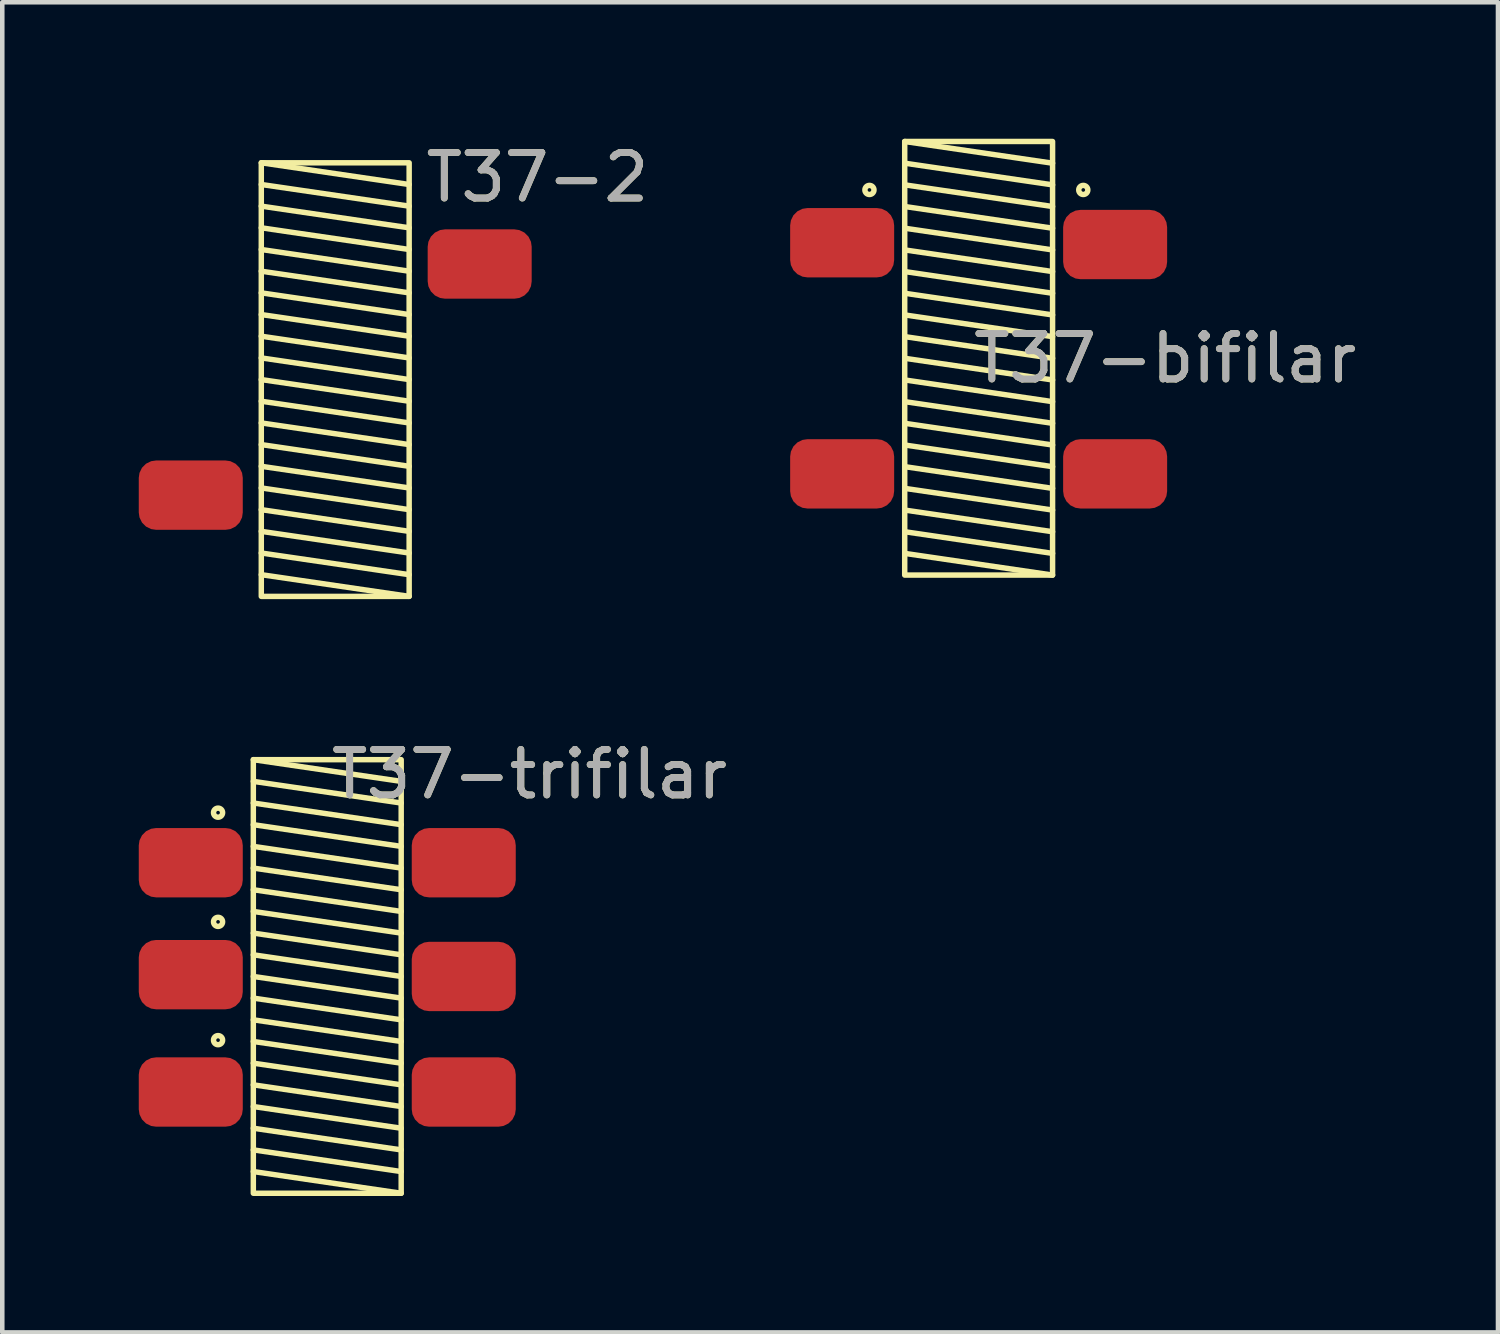
<source format=kicad_pcb>
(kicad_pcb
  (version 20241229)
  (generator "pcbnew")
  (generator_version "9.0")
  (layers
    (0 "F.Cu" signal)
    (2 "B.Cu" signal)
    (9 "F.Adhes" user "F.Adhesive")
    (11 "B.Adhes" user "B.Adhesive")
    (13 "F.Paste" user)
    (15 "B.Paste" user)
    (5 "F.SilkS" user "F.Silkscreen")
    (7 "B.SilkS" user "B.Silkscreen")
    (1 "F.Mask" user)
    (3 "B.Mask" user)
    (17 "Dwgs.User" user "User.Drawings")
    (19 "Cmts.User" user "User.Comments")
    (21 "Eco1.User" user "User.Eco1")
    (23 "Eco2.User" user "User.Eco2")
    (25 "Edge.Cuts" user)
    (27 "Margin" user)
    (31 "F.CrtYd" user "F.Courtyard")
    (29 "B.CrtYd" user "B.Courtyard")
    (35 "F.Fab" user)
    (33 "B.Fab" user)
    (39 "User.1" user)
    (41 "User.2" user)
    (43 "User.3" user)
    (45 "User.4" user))
  (footprint "T37-bifilar"
    (layer "F.Cu")
    (at 18.46 4.825)
    (property "Reference" "T37-bifilar" (at 4.1 0 0) (unlocked yes) (layer "F.SilkS") (effects (font (size 1 1) (thickness 0.15))))
    (attr smd)
    (fp_line (start -1.625 -4.765) (end 1.625 -4.288) (stroke (width 0.12) (type solid)) (layer "F.SilkS"))
    (fp_line (start -1.625 -4.288) (end 1.625 -3.812) (stroke (width 0.12) (type solid)) (layer "F.SilkS"))
    (fp_line (start -1.625 -3.812) (end 1.625 -3.336) (stroke (width 0.12) (type solid)) (layer "F.SilkS"))
    (fp_line (start -1.625 -3.336) (end 1.625 -2.859) (stroke (width 0.12) (type solid)) (layer "F.SilkS"))
    (fp_line (start -1.625 -2.859) (end 1.625 -2.382) (stroke (width 0.12) (type solid)) (layer "F.SilkS"))
    (fp_line (start -1.625 -2.382) (end 1.625 -1.906) (stroke (width 0.12) (type solid)) (layer "F.SilkS"))
    (fp_line (start -1.625 -1.906) (end 1.625 -1.429) (stroke (width 0.12) (type solid)) (layer "F.SilkS"))
    (fp_line (start -1.625 -1.429) (end 1.625 -0.953) (stroke (width 0.12) (type solid)) (layer "F.SilkS"))
    (fp_line (start -1.625 -0.953) (end 1.625 -0.476) (stroke (width 0.12) (type solid)) (layer "F.SilkS"))
    (fp_line (start -1.625 -0.476) (end 1.625 0) (stroke (width 0.12) (type solid)) (layer "F.SilkS"))
    (fp_line (start -1.625 0) (end 1.625 0.476) (stroke (width 0.12) (type solid)) (layer "F.SilkS"))
    (fp_line (start -1.625 0.476) (end 1.625 0.953) (stroke (width 0.12) (type solid)) (layer "F.SilkS"))
    (fp_line (start -1.625 0.953) (end 1.625 1.429) (stroke (width 0.12) (type solid)) (layer "F.SilkS"))
    (fp_line (start -1.625 1.429) (end 1.625 1.906) (stroke (width 0.12) (type solid)) (layer "F.SilkS"))
    (fp_line (start -1.625 1.906) (end 1.625 2.382) (stroke (width 0.12) (type solid)) (layer "F.SilkS"))
    (fp_line (start -1.625 2.382) (end 1.625 2.859) (stroke (width 0.12) (type solid)) (layer "F.SilkS"))
    (fp_line (start -1.625 2.859) (end 1.625 3.336) (stroke (width 0.12) (type solid)) (layer "F.SilkS"))
    (fp_line (start -1.625 3.336) (end 1.625 3.812) (stroke (width 0.12) (type solid)) (layer "F.SilkS"))
    (fp_line (start -1.625 3.812) (end 1.625 4.288) (stroke (width 0.12) (type solid)) (layer "F.SilkS"))
    (fp_line (start -1.625 4.288) (end 1.625 4.765) (stroke (width 0.12) (type solid)) (layer "F.SilkS"))
    (fp_rect (start -1.625 -4.765) (end 1.625 4.765) (stroke (width 0.12) (type solid)) (fill no) (layer "F.SilkS"))
    (fp_circle (center -2.4 -3.7) (end -2.4 -3.6) (stroke (width 0.12) (type solid)) (fill no) (layer "F.SilkS"))
    (fp_circle (center 2.3 -3.7) (end 2.3 -3.6) (stroke (width 0.12) (type solid)) (fill no) (layer "F.SilkS"))
    (fp_text user "${REFERENCE}" (at 4.1 0 0) (unlocked yes) (layer "F.Fab") (effects (font (size 1 1) (thickness 0.15))))
    (pad "1" smd roundrect (at -3 -2.54) (size 2.286 1.524) (layers "F.Cu" "F.Mask" "F.Paste") (roundrect_rratio 0.25))
    (pad "2" smd roundrect (at -3 2.54) (size 2.286 1.524) (layers "F.Cu" "F.Mask" "F.Paste") (roundrect_rratio 0.25))
    (pad "3" smd roundrect (at 3 -2.5) (size 2.286 1.524) (layers "F.Cu" "F.Mask" "F.Paste") (roundrect_rratio 0.25))
    (pad "4" smd roundrect (at 3 2.54) (size 2.286 1.524) (layers "F.Cu" "F.Mask" "F.Paste") (roundrect_rratio 0.25)))
  (footprint "T37-trifilar"
    (layer "F.Cu")
    (at 4.143 18.412)
    (property "Reference" "T37-trifilar" (at 4.445 -4.445 0) (unlocked yes) (layer "F.SilkS") (effects (font (size 1 1) (thickness 0.15))))
    (attr smd)
    (fp_line (start -1.625 -4.765) (end 1.625 -4.288) (stroke (width 0.12) (type solid)) (layer "F.SilkS"))
    (fp_line (start -1.625 -4.288) (end 1.625 -3.812) (stroke (width 0.12) (type solid)) (layer "F.SilkS"))
    (fp_line (start -1.625 -3.812) (end 1.625 -3.336) (stroke (width 0.12) (type solid)) (layer "F.SilkS"))
    (fp_line (start -1.625 -3.336) (end 1.625 -2.859) (stroke (width 0.12) (type solid)) (layer "F.SilkS"))
    (fp_line (start -1.625 -2.859) (end 1.625 -2.382) (stroke (width 0.12) (type solid)) (layer "F.SilkS"))
    (fp_line (start -1.625 -2.382) (end 1.625 -1.906) (stroke (width 0.12) (type solid)) (layer "F.SilkS"))
    (fp_line (start -1.625 -1.906) (end 1.625 -1.429) (stroke (width 0.12) (type solid)) (layer "F.SilkS"))
    (fp_line (start -1.625 -1.429) (end 1.625 -0.953) (stroke (width 0.12) (type solid)) (layer "F.SilkS"))
    (fp_line (start -1.625 -0.953) (end 1.625 -0.476) (stroke (width 0.12) (type solid)) (layer "F.SilkS"))
    (fp_line (start -1.625 -0.476) (end 1.625 0) (stroke (width 0.12) (type solid)) (layer "F.SilkS"))
    (fp_line (start -1.625 0) (end 1.625 0.476) (stroke (width 0.12) (type solid)) (layer "F.SilkS"))
    (fp_line (start -1.625 0.476) (end 1.625 0.953) (stroke (width 0.12) (type solid)) (layer "F.SilkS"))
    (fp_line (start -1.625 0.953) (end 1.625 1.429) (stroke (width 0.12) (type solid)) (layer "F.SilkS"))
    (fp_line (start -1.625 1.429) (end 1.625 1.906) (stroke (width 0.12) (type solid)) (layer "F.SilkS"))
    (fp_line (start -1.625 1.906) (end 1.625 2.382) (stroke (width 0.12) (type solid)) (layer "F.SilkS"))
    (fp_line (start -1.625 2.382) (end 1.625 2.859) (stroke (width 0.12) (type solid)) (layer "F.SilkS"))
    (fp_line (start -1.625 2.859) (end 1.625 3.336) (stroke (width 0.12) (type solid)) (layer "F.SilkS"))
    (fp_line (start -1.625 3.336) (end 1.625 3.812) (stroke (width 0.12) (type solid)) (layer "F.SilkS"))
    (fp_line (start -1.625 3.812) (end 1.625 4.288) (stroke (width 0.12) (type solid)) (layer "F.SilkS"))
    (fp_line (start -1.625 4.288) (end 1.625 4.765) (stroke (width 0.12) (type solid)) (layer "F.SilkS"))
    (fp_rect (start -1.625 -4.765) (end 1.625 4.765) (stroke (width 0.12) (type solid)) (fill no) (layer "F.SilkS"))
    (fp_circle (center -2.4 -3.6) (end -2.3 -3.6) (stroke (width 0.12) (type solid)) (fill no) (layer "F.SilkS"))
    (fp_circle (center -2.4 -1.2) (end -2.3 -1.2) (stroke (width 0.12) (type solid)) (fill no) (layer "F.SilkS"))
    (fp_circle (center -2.4 1.4) (end -2.3 1.4) (stroke (width 0.12) (type solid)) (fill no) (layer "F.SilkS"))
    (fp_text user "${REFERENCE}" (at 4.445 -4.445 0) (unlocked yes) (layer "F.Fab") (effects (font (size 1 1) (thickness 0.15))))
    (pad "1" smd roundrect (at -3 2.54) (size 2.286 1.524) (layers "F.Cu" "F.Mask" "F.Paste") (roundrect_rratio 0.25))
    (pad "2" smd roundrect (at 3 2.54) (size 2.286 1.524) (layers "F.Cu" "F.Mask" "F.Paste") (roundrect_rratio 0.25))
    (pad "3" smd roundrect (at -3 -0.04) (size 2.286 1.524) (layers "F.Cu" "F.Mask" "F.Paste") (roundrect_rratio 0.25))
    (pad "4" smd roundrect (at 3 0) (size 2.286 1.524) (layers "F.Cu" "F.Mask" "F.Paste") (roundrect_rratio 0.25))
    (pad "5" smd roundrect (at -3 -2.5) (size 2.286 1.524) (layers "F.Cu" "F.Mask" "F.Paste") (roundrect_rratio 0.25))
    (pad "6" smd roundrect (at 3 -2.5) (size 2.286 1.524) (layers "F.Cu" "F.Mask" "F.Paste") (roundrect_rratio 0.25)))
  (footprint "T37-2"
    (layer "F.Cu")
    (at 4.318 5.293)
    (property "Reference" "T37-2" (at 4.445 -4.445 0) (unlocked yes) (layer "F.SilkS") (effects (font (size 1 1) (thickness 0.15))))
    (attr smd)
    (fp_line (start -1.625 -4.765) (end 1.625 -4.288) (stroke (width 0.12) (type solid)) (layer "F.SilkS"))
    (fp_line (start -1.625 -4.288) (end 1.625 -3.812) (stroke (width 0.12) (type solid)) (layer "F.SilkS"))
    (fp_line (start -1.625 -3.812) (end 1.625 -3.336) (stroke (width 0.12) (type solid)) (layer "F.SilkS"))
    (fp_line (start -1.625 -3.336) (end 1.625 -2.859) (stroke (width 0.12) (type solid)) (layer "F.SilkS"))
    (fp_line (start -1.625 -2.859) (end 1.625 -2.382) (stroke (width 0.12) (type solid)) (layer "F.SilkS"))
    (fp_line (start -1.625 -2.382) (end 1.625 -1.906) (stroke (width 0.12) (type solid)) (layer "F.SilkS"))
    (fp_line (start -1.625 -1.906) (end 1.625 -1.429) (stroke (width 0.12) (type solid)) (layer "F.SilkS"))
    (fp_line (start -1.625 -1.429) (end 1.625 -0.953) (stroke (width 0.12) (type solid)) (layer "F.SilkS"))
    (fp_line (start -1.625 -0.953) (end 1.625 -0.476) (stroke (width 0.12) (type solid)) (layer "F.SilkS"))
    (fp_line (start -1.625 -0.476) (end 1.625 0) (stroke (width 0.12) (type solid)) (layer "F.SilkS"))
    (fp_line (start -1.625 0) (end 1.625 0.476) (stroke (width 0.12) (type solid)) (layer "F.SilkS"))
    (fp_line (start -1.625 0.476) (end 1.625 0.953) (stroke (width 0.12) (type solid)) (layer "F.SilkS"))
    (fp_line (start -1.625 0.953) (end 1.625 1.429) (stroke (width 0.12) (type solid)) (layer "F.SilkS"))
    (fp_line (start -1.625 1.429) (end 1.625 1.906) (stroke (width 0.12) (type solid)) (layer "F.SilkS"))
    (fp_line (start -1.625 1.906) (end 1.625 2.382) (stroke (width 0.12) (type solid)) (layer "F.SilkS"))
    (fp_line (start -1.625 2.382) (end 1.625 2.859) (stroke (width 0.12) (type solid)) (layer "F.SilkS"))
    (fp_line (start -1.625 2.859) (end 1.625 3.336) (stroke (width 0.12) (type solid)) (layer "F.SilkS"))
    (fp_line (start -1.625 3.336) (end 1.625 3.812) (stroke (width 0.12) (type solid)) (layer "F.SilkS"))
    (fp_line (start -1.625 3.812) (end 1.625 4.288) (stroke (width 0.12) (type solid)) (layer "F.SilkS"))
    (fp_line (start -1.625 4.288) (end 1.625 4.765) (stroke (width 0.12) (type solid)) (layer "F.SilkS"))
    (fp_rect (start -1.625 -4.765) (end 1.625 4.765) (stroke (width 0.12) (type solid)) (fill no) (layer "F.SilkS"))
    (fp_text user "${REFERENCE}" (at 4.445 -4.445 0) (unlocked yes) (layer "F.Fab") (effects (font (size 1 1) (thickness 0.15))))
    (pad "1" smd roundrect (at -3.175 2.54) (size 2.286 1.524) (layers "F.Cu" "F.Mask" "F.Paste") (roundrect_rratio 0.25))
    (pad "2" smd roundrect (at 3.175 -2.54) (size 2.286 1.524) (layers "F.Cu" "F.Mask" "F.Paste") (roundrect_rratio 0.25)))
  (gr_rect
    (start -3 -3)
    (end 29.875 26.236)
    (stroke (width 0.1) (type default))
    (fill no)
    (layer "Edge.Cuts")))
</source>
